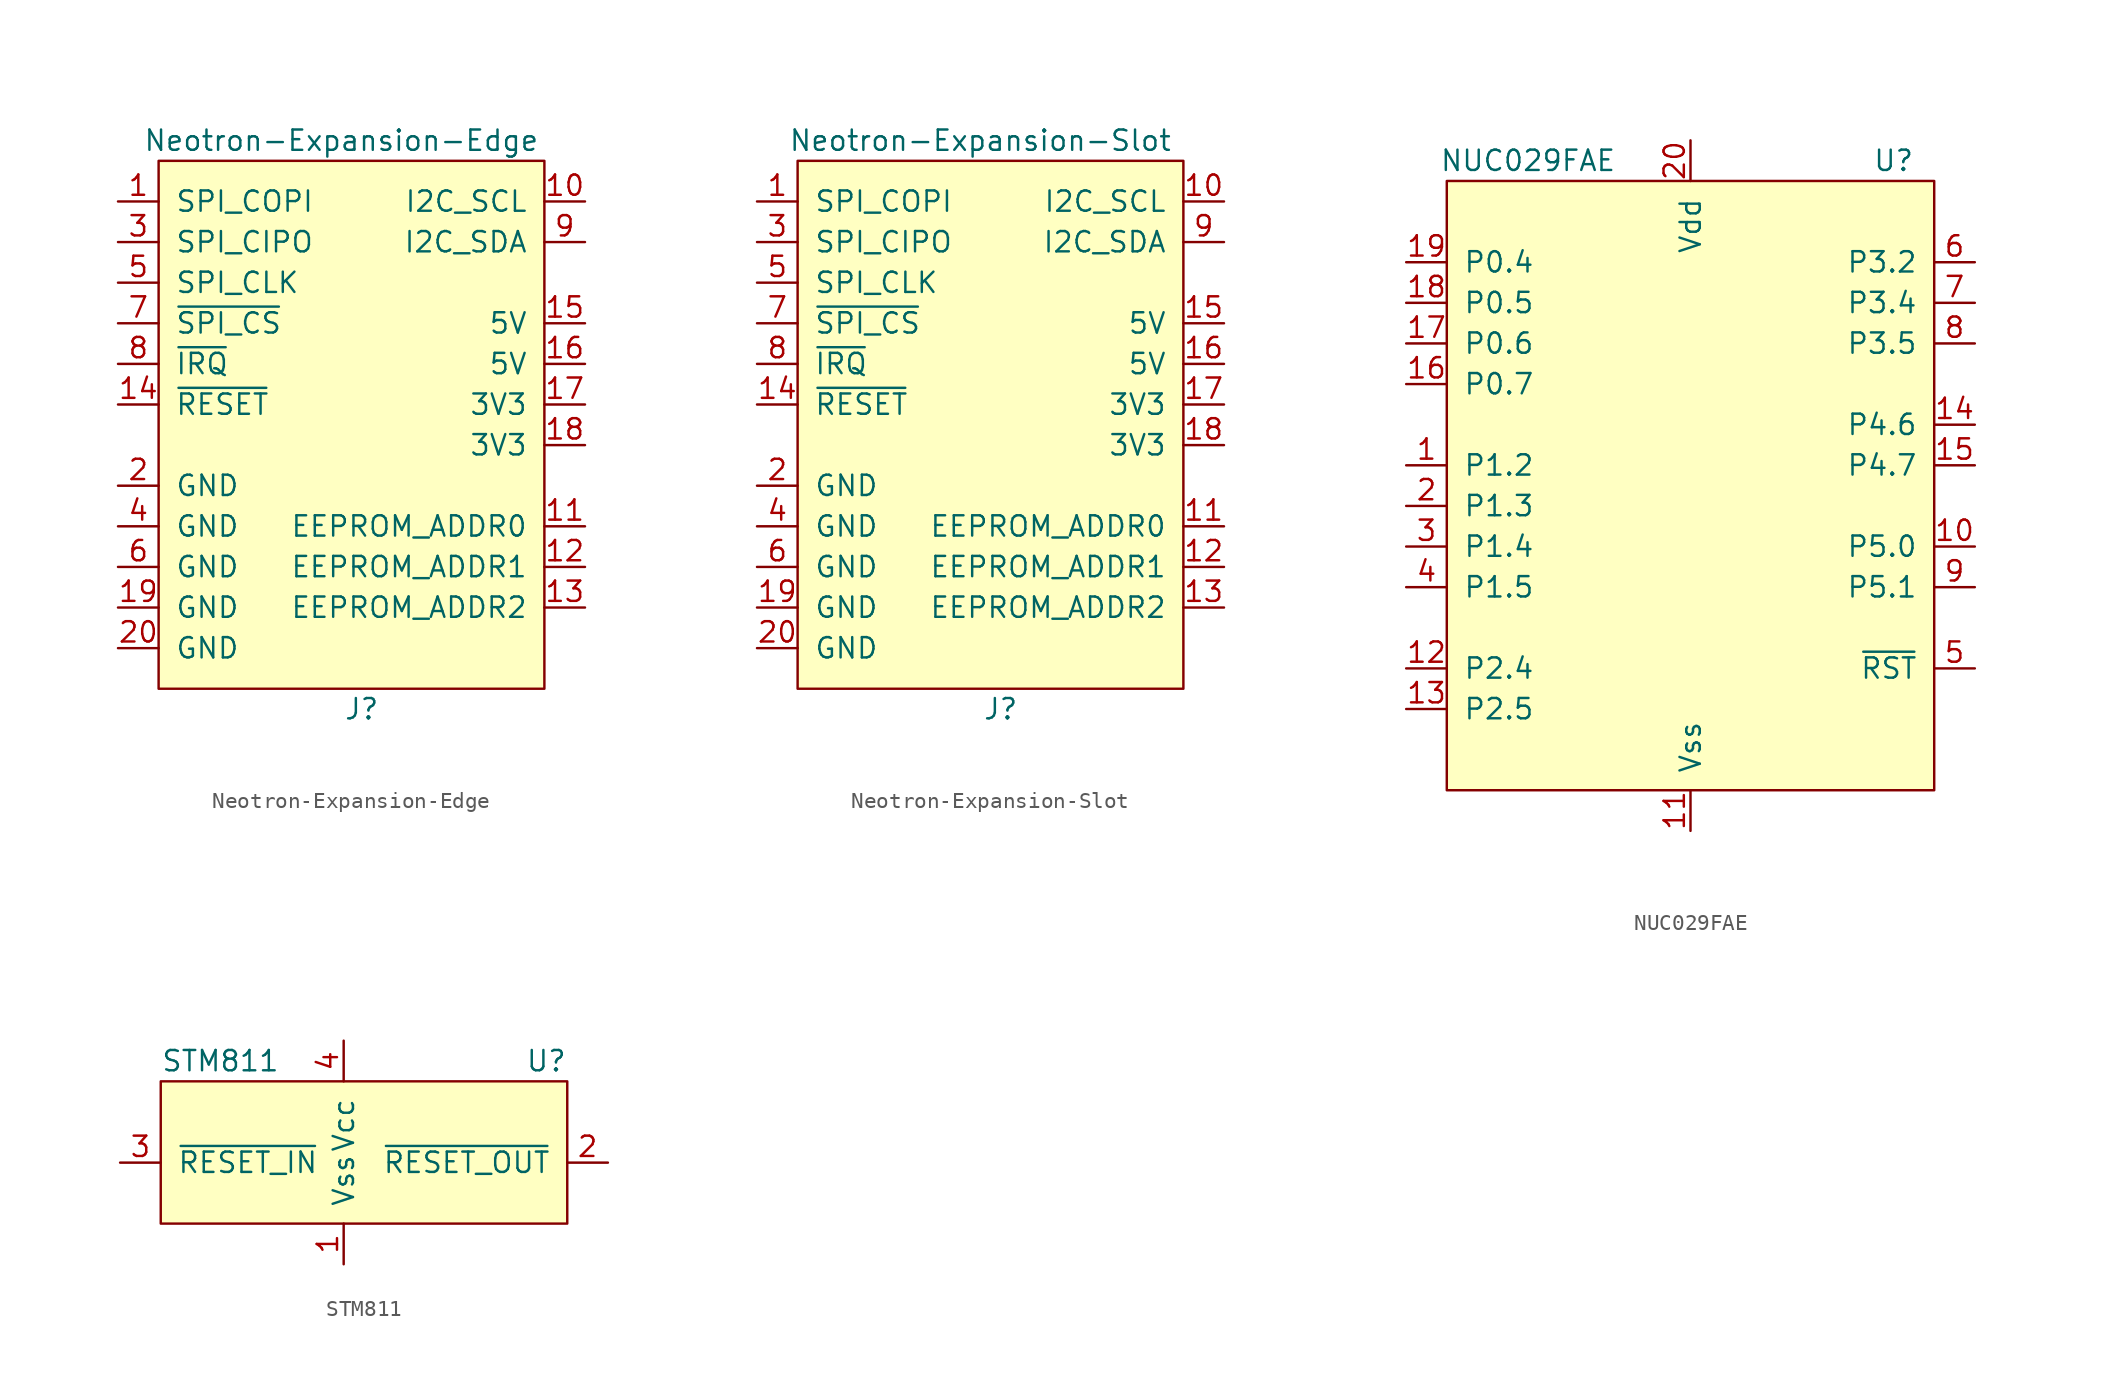
<source format=kicad_sym>
(kicad_symbol_lib
  (version 20211014)
  (generator kicad_symbol_editor)
  (symbol "Neotron-Expansion-Edge"
    (pin_names
      (offset 1.016))
    (property "Reference" "J"
      (at 0 -20.32 0)
      (effects (font (size 1.27 1.27))))
    (property "Value" "Neotron-Expansion-Edge"
      (at -1.27 15.24 0)
      (effects (font (size 1.27 1.27))))
    (symbol "Neotron-Expansion-Edge_0_0"
      (pin output line (at -15.24 11.43 0) (length 2.54) (name "SPI_COPI" (effects (font (size 1.27 1.27)))) (number "1" (effects (font (size 1.27 1.27)))))
      (pin bidirectional line (at 13.97 11.43 180) (length 2.54) (name "I2C_SCL" (effects (font (size 1.27 1.27)))) (number "10" (effects (font (size 1.27 1.27)))))
      (pin output line (at 13.97 -8.89 180) (length 2.54) (name "EEPROM_ADDR0" (effects (font (size 1.27 1.27)))) (number "11" (effects (font (size 1.27 1.27)))))
      (pin output line (at 13.97 -11.43 180) (length 2.54) (name "EEPROM_ADDR1" (effects (font (size 1.27 1.27)))) (number "12" (effects (font (size 1.27 1.27)))))
      (pin output line (at 13.97 -13.97 180) (length 2.54) (name "EEPROM_ADDR2" (effects (font (size 1.27 1.27)))) (number "13" (effects (font (size 1.27 1.27)))))
      (pin output line (at -15.24 -1.27 0) (length 2.54) (name "~{RESET}" (effects (font (size 1.27 1.27)))) (number "14" (effects (font (size 1.27 1.27)))))
      (pin power_out line (at 13.97 3.81 180) (length 2.54) (name "5V" (effects (font (size 1.27 1.27)))) (number "15" (effects (font (size 1.27 1.27)))))
      (pin power_in line (at 13.97 1.27 180) (length 2.54) (name "5V" (effects (font (size 1.27 1.27)))) (number "16" (effects (font (size 1.27 1.27)))))
      (pin power_out line (at 13.97 -1.27 180) (length 2.54) (name "3V3" (effects (font (size 1.27 1.27)))) (number "17" (effects (font (size 1.27 1.27)))))
      (pin power_in line (at 13.97 -3.81 180) (length 2.54) (name "3V3" (effects (font (size 1.27 1.27)))) (number "18" (effects (font (size 1.27 1.27)))))
      (pin power_in line (at -15.24 -13.97 0) (length 2.54) (name "GND" (effects (font (size 1.27 1.27)))) (number "19" (effects (font (size 1.27 1.27)))))
      (pin power_in line (at -15.24 -6.35 0) (length 2.54) (name "GND" (effects (font (size 1.27 1.27)))) (number "2" (effects (font (size 1.27 1.27)))))
      (pin power_out line (at -15.24 -16.51 0) (length 2.54) (name "GND" (effects (font (size 1.27 1.27)))) (number "20" (effects (font (size 1.27 1.27)))))
      (pin input line (at -15.24 8.89 0) (length 2.54) (name "SPI_CIPO" (effects (font (size 1.27 1.27)))) (number "3" (effects (font (size 1.27 1.27)))))
      (pin power_in line (at -15.24 -8.89 0) (length 2.54) (name "GND" (effects (font (size 1.27 1.27)))) (number "4" (effects (font (size 1.27 1.27)))))
      (pin output line (at -15.24 6.35 0) (length 2.54) (name "SPI_CLK" (effects (font (size 1.27 1.27)))) (number "5" (effects (font (size 1.27 1.27)))))
      (pin power_in line (at -15.24 -11.43 0) (length 2.54) (name "GND" (effects (font (size 1.27 1.27)))) (number "6" (effects (font (size 1.27 1.27)))))
      (pin output line (at -15.24 3.81 0) (length 2.54) (name "~{SPI_CS}" (effects (font (size 1.27 1.27)))) (number "7" (effects (font (size 1.27 1.27)))))
      (pin input line (at -15.24 1.27 0) (length 2.54) (name "~{IRQ}" (effects (font (size 1.27 1.27)))) (number "8" (effects (font (size 1.27 1.27)))))
      (pin bidirectional line (at 13.97 8.89 180) (length 2.54) (name "I2C_SDA" (effects (font (size 1.27 1.27)))) (number "9" (effects (font (size 1.27 1.27))))))
    (symbol "Neotron-Expansion-Edge_0_1"
      (rectangle (start -12.7 13.97) (end 11.43 -19.05) (stroke (width 0) (type default) (color 0 0 0 0)) (fill (type background)))))
  (symbol "Neotron-Expansion-Slot"
    (pin_names
      (offset 1.016))
    (property "Reference" "J"
      (at 0 -20.32 0)
      (effects (font (size 1.27 1.27))))
    (property "Value" "Neotron-Expansion-Slot"
      (at -1.27 15.24 0)
      (effects (font (size 1.27 1.27))))
    (symbol "Neotron-Expansion-Slot_0_0"
      (pin input line (at -15.24 11.43 0) (length 2.54) (name "SPI_COPI" (effects (font (size 1.27 1.27)))) (number "1" (effects (font (size 1.27 1.27)))))
      (pin bidirectional line (at 13.97 11.43 180) (length 2.54) (name "I2C_SCL" (effects (font (size 1.27 1.27)))) (number "10" (effects (font (size 1.27 1.27)))))
      (pin input line (at 13.97 -8.89 180) (length 2.54) (name "EEPROM_ADDR0" (effects (font (size 1.27 1.27)))) (number "11" (effects (font (size 1.27 1.27)))))
      (pin input line (at 13.97 -11.43 180) (length 2.54) (name "EEPROM_ADDR1" (effects (font (size 1.27 1.27)))) (number "12" (effects (font (size 1.27 1.27)))))
      (pin input line (at 13.97 -13.97 180) (length 2.54) (name "EEPROM_ADDR2" (effects (font (size 1.27 1.27)))) (number "13" (effects (font (size 1.27 1.27)))))
      (pin input line (at -15.24 -1.27 0) (length 2.54) (name "~{RESET}" (effects (font (size 1.27 1.27)))) (number "14" (effects (font (size 1.27 1.27)))))
      (pin power_in line (at 13.97 3.81 180) (length 2.54) (name "5V" (effects (font (size 1.27 1.27)))) (number "15" (effects (font (size 1.27 1.27)))))
      (pin power_in line (at 13.97 1.27 180) (length 2.54) (name "5V" (effects (font (size 1.27 1.27)))) (number "16" (effects (font (size 1.27 1.27)))))
      (pin power_in line (at 13.97 -1.27 180) (length 2.54) (name "3V3" (effects (font (size 1.27 1.27)))) (number "17" (effects (font (size 1.27 1.27)))))
      (pin power_in line (at 13.97 -3.81 180) (length 2.54) (name "3V3" (effects (font (size 1.27 1.27)))) (number "18" (effects (font (size 1.27 1.27)))))
      (pin power_in line (at -15.24 -13.97 0) (length 2.54) (name "GND" (effects (font (size 1.27 1.27)))) (number "19" (effects (font (size 1.27 1.27)))))
      (pin power_in line (at -15.24 -6.35 0) (length 2.54) (name "GND" (effects (font (size 1.27 1.27)))) (number "2" (effects (font (size 1.27 1.27)))))
      (pin power_in line (at -15.24 -16.51 0) (length 2.54) (name "GND" (effects (font (size 1.27 1.27)))) (number "20" (effects (font (size 1.27 1.27)))))
      (pin tri_state line (at -15.24 8.89 0) (length 2.54) (name "SPI_CIPO" (effects (font (size 1.27 1.27)))) (number "3" (effects (font (size 1.27 1.27)))))
      (pin power_in line (at -15.24 -8.89 0) (length 2.54) (name "GND" (effects (font (size 1.27 1.27)))) (number "4" (effects (font (size 1.27 1.27)))))
      (pin input line (at -15.24 6.35 0) (length 2.54) (name "SPI_CLK" (effects (font (size 1.27 1.27)))) (number "5" (effects (font (size 1.27 1.27)))))
      (pin power_in line (at -15.24 -11.43 0) (length 2.54) (name "GND" (effects (font (size 1.27 1.27)))) (number "6" (effects (font (size 1.27 1.27)))))
      (pin input line (at -15.24 3.81 0) (length 2.54) (name "~{SPI_CS}" (effects (font (size 1.27 1.27)))) (number "7" (effects (font (size 1.27 1.27)))))
      (pin output line (at -15.24 1.27 0) (length 2.54) (name "~{IRQ}" (effects (font (size 1.27 1.27)))) (number "8" (effects (font (size 1.27 1.27)))))
      (pin bidirectional line (at 13.97 8.89 180) (length 2.54) (name "I2C_SDA" (effects (font (size 1.27 1.27)))) (number "9" (effects (font (size 1.27 1.27))))))
    (symbol "Neotron-Expansion-Slot_0_1"
      (rectangle (start -12.7 13.97) (end 11.43 -19.05) (stroke (width 0) (type default) (color 0 0 0 0)) (fill (type background)))))
  (symbol "NUC029FAE"
    (pin_names
      (offset 1.016))
    (property "Reference" "U"
      (at 12.7 19.05 0)
      (effects (font (size 1.27 1.27))))
    (property "Value" "NUC029FAE"
      (at -10.16 19.05 0)
      (effects (font (size 1.27 1.27))))
    (symbol "NUC029FAE_0_0"
      (pin bidirectional line (at -17.78 0 0) (length 2.54) (name "P1.2" (effects (font (size 1.27 1.27)))) (number "1" (effects (font (size 1.27 1.27)))))
      (pin bidirectional line (at 17.78 -5.08 180) (length 2.54) (name "P5.0" (effects (font (size 1.27 1.27)))) (number "10" (effects (font (size 1.27 1.27)))))
      (pin power_in line (at 0 -22.86 90) (length 2.54) (name "Vss" (effects (font (size 1.27 1.27)))) (number "11" (effects (font (size 1.27 1.27)))))
      (pin bidirectional line (at -17.78 -12.7 0) (length 2.54) (name "P2.4" (effects (font (size 1.27 1.27)))) (number "12" (effects (font (size 1.27 1.27)))))
      (pin bidirectional line (at -17.78 -15.24 0) (length 2.54) (name "P2.5" (effects (font (size 1.27 1.27)))) (number "13" (effects (font (size 1.27 1.27)))))
      (pin bidirectional line (at 17.78 2.54 180) (length 2.54) (name "P4.6" (effects (font (size 1.27 1.27)))) (number "14" (effects (font (size 1.27 1.27)))))
      (pin bidirectional line (at 17.78 0 180) (length 2.54) (name "P4.7" (effects (font (size 1.27 1.27)))) (number "15" (effects (font (size 1.27 1.27)))))
      (pin bidirectional line (at -17.78 5.08 0) (length 2.54) (name "P0.7" (effects (font (size 1.27 1.27)))) (number "16" (effects (font (size 1.27 1.27)))))
      (pin bidirectional line (at -17.78 7.62 0) (length 2.54) (name "P0.6" (effects (font (size 1.27 1.27)))) (number "17" (effects (font (size 1.27 1.27)))))
      (pin bidirectional line (at -17.78 10.16 0) (length 2.54) (name "P0.5" (effects (font (size 1.27 1.27)))) (number "18" (effects (font (size 1.27 1.27)))))
      (pin bidirectional line (at -17.78 12.7 0) (length 2.54) (name "P0.4" (effects (font (size 1.27 1.27)))) (number "19" (effects (font (size 1.27 1.27)))))
      (pin bidirectional line (at -17.78 -2.54 0) (length 2.54) (name "P1.3" (effects (font (size 1.27 1.27)))) (number "2" (effects (font (size 1.27 1.27)))))
      (pin power_in line (at 0 20.32 270) (length 2.54) (name "Vdd" (effects (font (size 1.27 1.27)))) (number "20" (effects (font (size 1.27 1.27)))))
      (pin bidirectional line (at -17.78 -5.08 0) (length 2.54) (name "P1.4" (effects (font (size 1.27 1.27)))) (number "3" (effects (font (size 1.27 1.27)))))
      (pin bidirectional line (at -17.78 -7.62 0) (length 2.54) (name "P1.5" (effects (font (size 1.27 1.27)))) (number "4" (effects (font (size 1.27 1.27)))))
      (pin input line (at 17.78 -12.7 180) (length 2.54) (name "~{RST}" (effects (font (size 1.27 1.27)))) (number "5" (effects (font (size 1.27 1.27)))))
      (pin bidirectional line (at 17.78 12.7 180) (length 2.54) (name "P3.2" (effects (font (size 1.27 1.27)))) (number "6" (effects (font (size 1.27 1.27)))))
      (pin bidirectional line (at 17.78 10.16 180) (length 2.54) (name "P3.4" (effects (font (size 1.27 1.27)))) (number "7" (effects (font (size 1.27 1.27)))))
      (pin bidirectional line (at 17.78 7.62 180) (length 2.54) (name "P3.5" (effects (font (size 1.27 1.27)))) (number "8" (effects (font (size 1.27 1.27)))))
      (pin bidirectional line (at 17.78 -7.62 180) (length 2.54) (name "P5.1" (effects (font (size 1.27 1.27)))) (number "9" (effects (font (size 1.27 1.27))))))
    (symbol "NUC029FAE_0_1"
      (rectangle (start -15.24 17.78) (end 15.24 -20.32) (stroke (width 0) (type default) (color 0 0 0 0)) (fill (type background)))))
  (symbol "STM811"
    (pin_names
      (offset 1.016))
    (property "Reference" "U"
      (at 13.97 6.35 0)
      (effects (font (size 1.27 1.27)) (justify right)))
    (property "Value" "STM811"
      (at -11.43 6.35 0)
      (effects (font (size 1.27 1.27)) (justify left)))
    (symbol "STM811_0_0"
      (pin power_in line (at 0 -6.35 90) (length 2.54) (name "Vss" (effects (font (size 1.27 1.27)))) (number "1" (effects (font (size 1.27 1.27)))))
      (pin output line (at 16.51 0 180) (length 2.54) (name "~{RESET_OUT}" (effects (font (size 1.27 1.27)))) (number "2" (effects (font (size 1.27 1.27)))))
      (pin input line (at -13.97 0 0) (length 2.54) (name "~{RESET_IN}" (effects (font (size 1.27 1.27)))) (number "3" (effects (font (size 1.27 1.27)))))
      (pin power_in line (at 0 7.62 270) (length 2.54) (name "Vcc" (effects (font (size 1.27 1.27)))) (number "4" (effects (font (size 1.27 1.27))))))
    (symbol "STM811_0_1"
      (rectangle (start -11.43 5.08) (end 13.97 -3.81) (stroke (width 0) (type default) (color 0 0 0 0)) (fill (type background))))))
</source>
